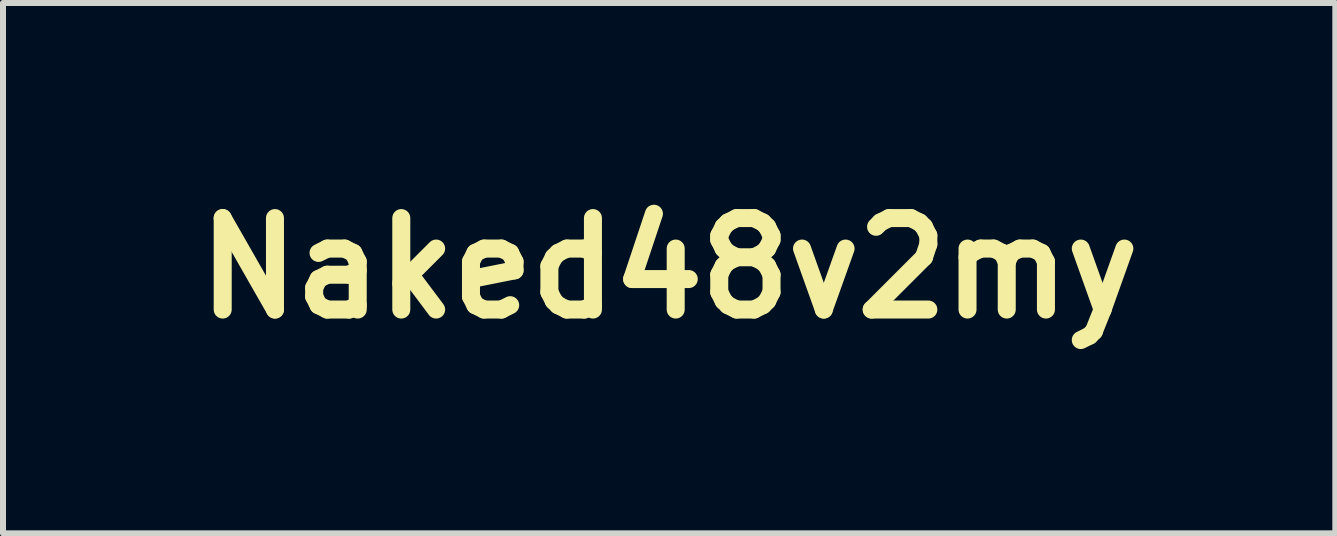
<source format=kicad_pcb>
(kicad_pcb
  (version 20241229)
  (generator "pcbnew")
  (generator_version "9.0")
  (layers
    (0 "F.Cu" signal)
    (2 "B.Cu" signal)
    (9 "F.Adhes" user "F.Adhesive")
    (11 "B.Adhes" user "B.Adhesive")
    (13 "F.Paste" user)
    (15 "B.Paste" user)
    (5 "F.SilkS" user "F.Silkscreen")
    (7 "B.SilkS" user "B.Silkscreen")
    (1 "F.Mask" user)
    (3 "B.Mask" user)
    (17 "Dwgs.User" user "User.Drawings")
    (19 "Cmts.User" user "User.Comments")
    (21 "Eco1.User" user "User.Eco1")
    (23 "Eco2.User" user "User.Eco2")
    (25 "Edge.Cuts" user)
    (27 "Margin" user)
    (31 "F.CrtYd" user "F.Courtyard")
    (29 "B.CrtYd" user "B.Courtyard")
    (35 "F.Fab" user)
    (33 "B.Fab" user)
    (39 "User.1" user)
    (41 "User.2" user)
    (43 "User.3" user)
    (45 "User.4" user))
  (footprint "Naked48v2my"
    (layer "F.Cu")
    (at 8.099 1.418)
    (property "Reference" "Naked48v2my" (at 0 0 0) (layer "F.SilkS") (effects (font (size 1.524 1.524) (thickness 0.3))))
    (attr through_hole)
    (fp_poly (pts (xy -1.445 -0.286) (xy -1.697 -0.286) (xy -1.702 -0.337) (xy -1.708 -0.372) (xy -1.726 -0.387) (xy -1.764 -0.394) (xy -1.766 -0.394) (xy -1.826 -0.399) (xy -1.826 -0.683) (xy -1.445 -0.683) (xy -1.445 -0.286)) (stroke (width 0.01) (type solid)) (fill yes) (layer "F.Mask"))
    (fp_poly (pts (xy -1.47 -0.157) (xy -1.467 -0.126) (xy -1.465 -0.069) (xy -1.463 0.008) (xy -1.461 0.1) (xy -1.461 0.199) (xy -1.46 0.208) (xy -1.46 0.524) (xy -1.714 0.524) (xy -1.714 -0.206) (xy -1.48 -0.206) (xy -1.47 -0.157)) (stroke (width 0.01) (type solid)) (fill yes) (layer "F.Mask"))
    (fp_poly (pts (xy -5.268 0.567) (xy -5.262 0.605) (xy -5.249 0.623) (xy -5.218 0.63) (xy -5.195 0.632) (xy -5.128 0.637) (xy -5.128 0.857) (xy -5.227 0.854) (xy -5.3 0.851) (xy -5.379 0.848) (xy -5.418 0.846) (xy -5.51 0.84) (xy -5.501 0.516) (xy -5.272 0.507) (xy -5.268 0.567)) (stroke (width 0.01) (type solid)) (fill yes) (layer "F.Mask"))
    (fp_poly (pts (xy -7.35 -0.589) (xy -7.351 -0.507) (xy -7.353 -0.432) (xy -7.356 -0.373) (xy -7.36 -0.337) (xy -7.36 -0.335) (xy -7.37 -0.286) (xy -7.842 -0.286) (xy -7.842 -0.572) (xy -7.763 -0.572) (xy -7.71 -0.576) (xy -7.676 -0.593) (xy -7.658 -0.628) (xy -7.652 -0.688) (xy -7.652 -0.713) (xy -7.652 -0.794) (xy -7.35 -0.794) (xy -7.35 -0.589)) (stroke (width 0.01) (type solid)) (fill yes) (layer "F.Mask"))
    (fp_poly (pts (xy -4.572 -0.381) (xy -4.905 -0.381) (xy -4.905 -0.481) (xy -4.905 -0.535) (xy -4.9 -0.565) (xy -4.889 -0.579) (xy -4.869 -0.583) (xy -4.862 -0.584) (xy -4.822 -0.592) (xy -4.801 -0.614) (xy -4.792 -0.657) (xy -4.792 -0.659) (xy -4.787 -0.684) (xy -4.777 -0.699) (xy -4.753 -0.706) (xy -4.709 -0.71) (xy -4.679 -0.711) (xy -4.572 -0.716) (xy -4.572 -0.381)) (stroke (width 0.01) (type solid)) (fill yes) (layer "F.Mask"))
    (fp_poly (pts (xy -4.132 0.664) (xy -3.98 0.669) (xy -3.895 0.743) (xy -3.853 0.783) (xy -3.823 0.816) (xy -3.81 0.837) (xy -3.81 0.837) (xy -3.82 0.847) (xy -3.85 0.853) (xy -3.906 0.856) (xy -3.973 0.857) (xy -4.137 0.857) (xy -4.222 0.77) (xy -4.262 0.728) (xy -4.288 0.693) (xy -4.297 0.673) (xy -4.296 0.672) (xy -4.276 0.667) (xy -4.232 0.664) (xy -4.171 0.663) (xy -4.132 0.664)) (stroke (width 0.01) (type solid)) (fill yes) (layer "F.Mask"))
    (fp_poly (pts (xy 2.169 -0.317) (xy 2.209 -0.312) (xy 2.236 -0.299) (xy 2.25 -0.272) (xy 2.255 -0.228) (xy 2.252 -0.161) (xy 2.245 -0.068) (xy 2.244 -0.058) (xy 2.234 0.064) (xy 1.873 0.064) (xy 1.873 -0.175) (xy 1.919 -0.175) (xy 1.964 -0.184) (xy 1.993 -0.215) (xy 2.01 -0.267) (xy 2.017 -0.296) (xy 2.03 -0.31) (xy 2.057 -0.316) (xy 2.106 -0.317) (xy 2.112 -0.318) (xy 2.169 -0.317)) (stroke (width 0.01) (type solid)) (fill yes) (layer "F.Mask"))
    (fp_poly (pts (xy 2.286 0.229) (xy 2.309 0.293) (xy 2.316 0.335) (xy 2.302 0.359) (xy 2.265 0.372) (xy 2.199 0.377) (xy 2.182 0.378) (xy 2.101 0.378) (xy 2.049 0.37) (xy 2.03 0.362) (xy 2.011 0.337) (xy 1.987 0.293) (xy 1.964 0.242) (xy 1.945 0.194) (xy 1.937 0.161) (xy 1.937 0.16) (xy 1.952 0.151) (xy 1.997 0.146) (xy 2.069 0.143) (xy 2.094 0.143) (xy 2.251 0.143) (xy 2.286 0.229)) (stroke (width 0.01) (type solid)) (fill yes) (layer "F.Mask"))
    (fp_poly (pts (xy -2.688 0.684) (xy -2.694 0.749) (xy -2.7 0.803) (xy -2.705 0.836) (xy -2.708 0.843) (xy -2.726 0.849) (xy -2.768 0.854) (xy -2.822 0.856) (xy -2.881 0.857) (xy -2.935 0.856) (xy -2.974 0.852) (xy -2.99 0.847) (xy -2.995 0.826) (xy -2.999 0.784) (xy -3 0.736) (xy -3 0.681) (xy -2.995 0.651) (xy -2.985 0.638) (xy -2.966 0.635) (xy -2.964 0.635) (xy -2.919 0.623) (xy -2.893 0.59) (xy -2.889 0.568) (xy -2.885 0.553) (xy -2.868 0.544) (xy -2.832 0.54) (xy -2.784 0.54) (xy -2.678 0.54) (xy -2.688 0.684)) (stroke (width 0.01) (type solid)) (fill yes) (layer "F.Mask"))
    (fp_poly (pts (xy 4.112 0.673) (xy 4.111 0.738) (xy 4.108 0.792) (xy 4.103 0.827) (xy 4.102 0.832) (xy 4.091 0.845) (xy 4.066 0.852) (xy 4.021 0.856) (xy 3.954 0.857) (xy 3.89 0.856) (xy 3.84 0.853) (xy 3.809 0.849) (xy 3.805 0.847) (xy 3.799 0.826) (xy 3.795 0.784) (xy 3.794 0.736) (xy 3.795 0.681) (xy 3.799 0.651) (xy 3.81 0.638) (xy 3.829 0.635) (xy 3.831 0.635) (xy 3.876 0.623) (xy 3.902 0.59) (xy 3.905 0.568) (xy 3.909 0.553) (xy 3.927 0.544) (xy 3.964 0.54) (xy 4.008 0.54) (xy 4.112 0.54) (xy 4.112 0.673)) (stroke (width 0.01) (type solid)) (fill yes) (layer "F.Mask"))
    (fp_poly (pts (xy 2.971 -0.312) (xy 2.998 -0.306) (xy 3 -0.303) (xy 2.995 -0.283) (xy 2.98 -0.239) (xy 2.958 -0.177) (xy 2.93 -0.101) (xy 2.911 -0.052) (xy 2.878 0.039) (xy 2.836 0.153) (xy 2.789 0.283) (xy 2.739 0.423) (xy 2.689 0.566) (xy 2.641 0.704) (xy 2.598 0.831) (xy 2.595 0.837) (xy 2.582 0.847) (xy 2.546 0.853) (xy 2.484 0.856) (xy 2.405 0.857) (xy 2.221 0.857) (xy 2.189 0.782) (xy 2.161 0.718) (xy 2.134 0.65) (xy 2.11 0.586) (xy 2.091 0.534) (xy 2.081 0.5) (xy 2.08 0.492) (xy 2.094 0.486) (xy 2.134 0.48) (xy 2.193 0.475) (xy 2.242 0.473) (xy 2.404 0.468) (xy 2.541 0.079) (xy 2.679 -0.31) (xy 2.839 -0.314) (xy 2.917 -0.315) (xy 2.971 -0.312)) (stroke (width 0.01) (type solid)) (fill yes) (layer "F.Mask"))
    (fp_poly (pts (xy -1.841 0.11) (xy -2.036 0.115) (xy -2.23 0.119) (xy -2.23 0.595) (xy -1.46 0.604) (xy -1.46 0.836) (xy -1.725 0.847) (xy -1.881 0.852) (xy -2.024 0.854) (xy -2.151 0.854) (xy -2.256 0.851) (xy -2.335 0.846) (xy -2.336 0.846) (xy -2.396 0.826) (xy -2.431 0.8) (xy -2.443 0.786) (xy -2.452 0.771) (xy -2.459 0.751) (xy -2.464 0.721) (xy -2.467 0.677) (xy -2.47 0.615) (xy -2.471 0.531) (xy -2.473 0.42) (xy -2.473 0.388) (xy -2.475 0.27) (xy -2.475 0.179) (xy -2.475 0.112) (xy -2.473 0.063) (xy -2.469 0.029) (xy -2.464 0.006) (xy -2.456 -0.012) (xy -2.445 -0.028) (xy -2.443 -0.031) (xy -2.413 -0.065) (xy -2.38 -0.091) (xy -2.338 -0.108) (xy -2.281 -0.119) (xy -2.204 -0.125) (xy -2.103 -0.127) (xy -2.073 -0.127) (xy -1.841 -0.127) (xy -1.841 0.11)) (stroke (width 0.01) (type solid)) (fill yes) (layer "F.Mask"))
    (fp_poly (pts (xy -5.58 0.198) (xy -5.755 0.206) (xy -5.929 0.214) (xy -5.934 0.405) (xy -5.935 0.494) (xy -5.933 0.557) (xy -5.921 0.598) (xy -5.896 0.621) (xy -5.854 0.632) (xy -5.79 0.635) (xy -5.728 0.635) (xy -5.572 0.635) (xy -5.572 0.841) (xy -5.79 0.841) (xy -5.882 0.839) (xy -5.957 0.836) (xy -6.012 0.83) (xy -6.04 0.823) (xy -6.076 0.799) (xy -6.108 0.773) (xy -6.12 0.761) (xy -6.129 0.747) (xy -6.135 0.726) (xy -6.14 0.693) (xy -6.142 0.646) (xy -6.143 0.578) (xy -6.144 0.485) (xy -6.144 0.421) (xy -6.143 0.309) (xy -6.142 0.225) (xy -6.139 0.163) (xy -6.135 0.12) (xy -6.129 0.091) (xy -6.121 0.071) (xy -6.118 0.065) (xy -6.09 0.034) (xy -6.052 0.012) (xy -5.999 -0.003) (xy -5.927 -0.012) (xy -5.83 -0.016) (xy -5.778 -0.016) (xy -5.571 -0.016) (xy -5.58 0.198)) (stroke (width 0.01) (type solid)) (fill yes) (layer "F.Mask"))
    (fp_poly (pts (xy -5.413 -0.285) (xy -5.35 -0.281) (xy -5.308 -0.274) (xy -5.281 -0.26) (xy -5.266 -0.239) (xy -5.255 -0.209) (xy -5.255 -0.209) (xy -5.25 -0.174) (xy -5.246 -0.117) (xy -5.242 -0.042) (xy -5.24 0.043) (xy -5.239 0.131) (xy -5.239 0.216) (xy -5.24 0.291) (xy -5.243 0.349) (xy -5.247 0.384) (xy -5.248 0.388) (xy -5.261 0.402) (xy -5.291 0.41) (xy -5.343 0.413) (xy -5.367 0.413) (xy -5.477 0.413) (xy -5.478 0.218) (xy -5.48 0.118) (xy -5.484 0.045) (xy -5.49 -0.004) (xy -5.501 -0.036) (xy -5.516 -0.052) (xy -5.538 -0.059) (xy -5.541 -0.06) (xy -5.61 -0.069) (xy -5.653 -0.078) (xy -5.676 -0.09) (xy -5.683 -0.106) (xy -5.683 -0.11) (xy -5.695 -0.14) (xy -5.708 -0.149) (xy -5.724 -0.169) (xy -5.719 -0.204) (xy -5.697 -0.246) (xy -5.687 -0.258) (xy -5.67 -0.271) (xy -5.644 -0.279) (xy -5.6 -0.284) (xy -5.535 -0.285) (xy -5.502 -0.286) (xy -5.413 -0.285)) (stroke (width 0.01) (type solid)) (fill yes) (layer "F.Mask"))
    (fp_poly (pts (xy -4.599 -0.06) (xy -4.599 0.028) (xy -4.598 0.104) (xy -4.596 0.162) (xy -4.593 0.198) (xy -4.591 0.206) (xy -4.58 0.193) (xy -4.558 0.156) (xy -4.529 0.101) (xy -4.494 0.033) (xy -4.485 0.016) (xy -4.39 -0.175) (xy -4.259 -0.175) (xy -4.194 -0.174) (xy -4.154 -0.171) (xy -4.134 -0.164) (xy -4.128 -0.152) (xy -4.128 -0.147) (xy -4.135 -0.124) (xy -4.155 -0.078) (xy -4.184 -0.015) (xy -4.22 0.058) (xy -4.239 0.095) (xy -4.35 0.309) (xy -4.207 0.452) (xy -4.153 0.508) (xy -4.108 0.557) (xy -4.077 0.594) (xy -4.064 0.614) (xy -4.064 0.615) (xy -4.074 0.625) (xy -4.108 0.632) (xy -4.168 0.635) (xy -4.216 0.635) (xy -4.368 0.635) (xy -4.474 0.539) (xy -4.58 0.444) (xy -4.591 0.512) (xy -4.596 0.559) (xy -4.6 0.626) (xy -4.602 0.701) (xy -4.603 0.726) (xy -4.604 0.873) (xy -4.715 0.873) (xy -4.773 0.872) (xy -4.807 0.868) (xy -4.825 0.859) (xy -4.833 0.841) (xy -4.834 0.837) (xy -4.836 0.814) (xy -4.838 0.762) (xy -4.839 0.686) (xy -4.839 0.59) (xy -4.839 0.478) (xy -4.839 0.354) (xy -4.838 0.238) (xy -4.834 -0.325) (xy -4.596 -0.325) (xy -4.599 -0.06)) (stroke (width 0.01) (type solid)) (fill yes) (layer "F.Mask"))
    (fp_poly (pts (xy -3.027 -0.206) (xy -2.934 -0.203) (xy -2.865 -0.198) (xy -2.815 -0.189) (xy -2.78 -0.175) (xy -2.756 -0.155) (xy -2.738 -0.128) (xy -2.729 -0.108) (xy -2.718 -0.064) (xy -2.71 0.000172) (xy -2.707 0.077) (xy -2.706 0.158) (xy -2.71 0.233) (xy -2.717 0.296) (xy -2.727 0.335) (xy -2.728 0.337) (xy -2.747 0.365) (xy -2.774 0.385) (xy -2.812 0.399) (xy -2.867 0.407) (xy -2.944 0.412) (xy -3.048 0.413) (xy -3.049 0.413) (xy -3.27 0.413) (xy -3.27 0.206) (xy -3.108 0.206) (xy -3.037 0.205) (xy -2.978 0.201) (xy -2.937 0.197) (xy -2.924 0.193) (xy -2.911 0.169) (xy -2.907 0.118) (xy -2.908 0.086) (xy -2.913 -0.008) (xy -3.132 -0.012) (xy -3.35 -0.017) (xy -3.342 0.627) (xy -3.08 0.636) (xy -3.08 0.841) (xy -3.258 0.841) (xy -3.34 0.84) (xy -3.396 0.837) (xy -3.434 0.83) (xy -3.459 0.82) (xy -3.471 0.812) (xy -3.503 0.778) (xy -3.535 0.735) (xy -3.539 0.729) (xy -3.55 0.709) (xy -3.558 0.687) (xy -3.564 0.659) (xy -3.568 0.62) (xy -3.57 0.564) (xy -3.571 0.489) (xy -3.572 0.389) (xy -3.572 0.323) (xy -3.571 0.197) (xy -3.57 0.098) (xy -3.566 0.023) (xy -3.56 -0.034) (xy -3.55 -0.077) (xy -3.537 -0.11) (xy -3.518 -0.138) (xy -3.496 -0.163) (xy -3.455 -0.206) (xy -3.147 -0.206) (xy -3.027 -0.206)) (stroke (width 0.01) (type solid)) (fill yes) (layer "F.Mask"))
    (fp_poly (pts (xy 4.556 -0.119) (xy 4.557 -0.035) (xy 4.559 0.037) (xy 4.562 0.091) (xy 4.566 0.121) (xy 4.568 0.126) (xy 4.582 0.113) (xy 4.607 0.081) (xy 4.635 0.038) (xy 4.684 -0.029) (xy 4.748 -0.102) (xy 4.818 -0.174) (xy 4.887 -0.236) (xy 4.947 -0.28) (xy 4.947 -0.28) (xy 5.019 -0.313) (xy 5.08 -0.318) (xy 5.128 -0.297) (xy 5.159 -0.252) (xy 5.169 -0.203) (xy 5.171 -0.156) (xy 5.163 -0.129) (xy 5.139 -0.107) (xy 5.123 -0.097) (xy 5.087 -0.07) (xy 5.036 -0.024) (xy 4.978 0.033) (xy 4.918 0.095) (xy 4.862 0.155) (xy 4.818 0.208) (xy 4.807 0.222) (xy 4.759 0.296) (xy 4.717 0.375) (xy 4.685 0.451) (xy 4.668 0.514) (xy 4.668 0.514) (xy 4.656 0.562) (xy 4.634 0.584) (xy 4.628 0.587) (xy 4.613 0.593) (xy 4.604 0.607) (xy 4.599 0.635) (xy 4.596 0.683) (xy 4.596 0.754) (xy 4.596 0.913) (xy 4.516 0.917) (xy 4.467 0.917) (xy 4.429 0.913) (xy 4.419 0.909) (xy 4.404 0.886) (xy 4.395 0.849) (xy 4.385 0.814) (xy 4.359 0.799) (xy 4.346 0.797) (xy 4.32 0.791) (xy 4.307 0.777) (xy 4.303 0.745) (xy 4.302 0.713) (xy 4.306 0.659) (xy 4.317 0.632) (xy 4.326 0.627) (xy 4.371 0.611) (xy 4.387 0.601) (xy 4.375 0.594) (xy 4.354 0.591) (xy 4.302 0.585) (xy 4.302 -0.365) (xy 4.556 -0.365) (xy 4.556 -0.119)) (stroke (width 0.01) (type solid)) (fill yes) (layer "F.Mask"))
    (fp_poly (pts (xy 3.65 -0.206) (xy 3.778 -0.205) (xy 3.875 -0.202) (xy 3.945 -0.197) (xy 3.988 -0.191) (xy 4 -0.186) (xy 4.044 -0.151) (xy 4.074 -0.095) (xy 4.093 -0.015) (xy 4.1 0.092) (xy 4.1 0.108) (xy 4.096 0.218) (xy 4.082 0.299) (xy 4.058 0.356) (xy 4.022 0.39) (xy 4.007 0.397) (xy 3.975 0.403) (xy 3.919 0.407) (xy 3.845 0.41) (xy 3.761 0.409) (xy 3.748 0.409) (xy 3.532 0.405) (xy 3.532 0.214) (xy 3.699 0.21) (xy 3.783 0.206) (xy 3.841 0.199) (xy 3.877 0.185) (xy 3.897 0.162) (xy 3.904 0.126) (xy 3.905 0.095) (xy 3.903 0.052) (xy 3.895 0.022) (xy 3.875 0.003) (xy 3.84 -0.009) (xy 3.784 -0.013) (xy 3.703 -0.013) (xy 3.659 -0.012) (xy 3.453 -0.008) (xy 3.448 0.278) (xy 3.447 0.372) (xy 3.447 0.458) (xy 3.448 0.528) (xy 3.45 0.578) (xy 3.453 0.599) (xy 3.459 0.617) (xy 3.473 0.628) (xy 3.501 0.633) (xy 3.55 0.635) (xy 3.588 0.635) (xy 3.715 0.635) (xy 3.715 0.841) (xy 3.541 0.841) (xy 3.464 0.841) (xy 3.412 0.839) (xy 3.376 0.833) (xy 3.351 0.823) (xy 3.327 0.807) (xy 3.317 0.798) (xy 3.288 0.772) (xy 3.266 0.744) (xy 3.249 0.711) (xy 3.237 0.669) (xy 3.23 0.612) (xy 3.225 0.536) (xy 3.223 0.438) (xy 3.223 0.312) (xy 3.223 0.311) (xy 3.223 0.187) (xy 3.225 0.09) (xy 3.229 0.016) (xy 3.235 -0.039) (xy 3.245 -0.081) (xy 3.26 -0.114) (xy 3.279 -0.142) (xy 3.298 -0.163) (xy 3.34 -0.206) (xy 3.65 -0.206)) (stroke (width 0.01) (type solid)) (fill yes) (layer "F.Mask"))
    (fp_poly (pts (xy -6.506 -0.706) (xy -6.438 -0.678) (xy -6.403 -0.648) (xy -6.396 -0.639) (xy -6.391 -0.626) (xy -6.386 -0.607) (xy -6.382 -0.579) (xy -6.379 -0.539) (xy -6.377 -0.485) (xy -6.375 -0.413) (xy -6.373 -0.322) (xy -6.372 -0.208) (xy -6.371 -0.068) (xy -6.37 0.099) (xy -6.369 0.184) (xy -6.365 0.984) (xy -6.536 0.984) (xy -6.707 0.984) (xy -7.088 0.485) (xy -7.172 0.375) (xy -7.25 0.274) (xy -7.32 0.184) (xy -7.381 0.107) (xy -7.429 0.047) (xy -7.462 0.006) (xy -7.479 -0.014) (xy -7.481 -0.015) (xy -7.484 0.000083) (xy -7.487 0.043) (xy -7.489 0.11) (xy -7.491 0.198) (xy -7.492 0.302) (xy -7.493 0.419) (xy -7.493 0.484) (xy -7.493 0.984) (xy -7.827 0.984) (xy -7.823 0.401) (xy -7.818 -0.183) (xy -7.573 -0.191) (xy -7.328 -0.198) (xy -7.315 -0.25) (xy -7.307 -0.277) (xy -7.297 -0.294) (xy -7.283 -0.3) (xy -7.264 -0.293) (xy -7.238 -0.271) (xy -7.202 -0.232) (xy -7.154 -0.174) (xy -7.094 -0.097) (xy -7.018 0.004) (xy -6.944 0.102) (xy -6.755 0.355) (xy -6.747 -0.112) (xy -6.744 -0.232) (xy -6.741 -0.342) (xy -6.738 -0.439) (xy -6.734 -0.518) (xy -6.733 -0.533) (xy -6.488 -0.533) (xy -6.485 -0.524) (xy -6.467 -0.514) (xy -6.458 -0.521) (xy -6.45 -0.547) (xy -6.453 -0.556) (xy -6.471 -0.565) (xy -6.481 -0.558) (xy -6.488 -0.533) (xy -6.733 -0.533) (xy -6.73 -0.574) (xy -6.726 -0.604) (xy -6.725 -0.607) (xy -6.703 -0.632) (xy -6.68 -0.63) (xy -6.668 -0.603) (xy -6.668 -0.595) (xy -6.662 -0.565) (xy -6.652 -0.556) (xy -6.642 -0.57) (xy -6.636 -0.606) (xy -6.636 -0.626) (xy -6.634 -0.67) (xy -6.625 -0.693) (xy -6.601 -0.703) (xy -6.58 -0.708) (xy -6.506 -0.706)) (stroke (width 0.01) (type solid)) (fill yes) (layer "F.Mask"))
    (fp_poly (pts (xy -0.823 -0.773) (xy -0.77 -0.767) (xy -0.725 -0.752) (xy -0.705 -0.731) (xy -0.701 -0.718) (xy -0.689 -0.69) (xy -0.674 -0.683) (xy -0.656 -0.67) (xy -0.651 -0.638) (xy -0.659 -0.598) (xy -0.678 -0.558) (xy -0.682 -0.552) (xy -0.706 -0.529) (xy -0.738 -0.514) (xy -0.789 -0.504) (xy -0.821 -0.5) (xy -0.879 -0.492) (xy -0.925 -0.482) (xy -0.949 -0.473) (xy -0.956 -0.451) (xy -0.962 -0.405) (xy -0.966 -0.341) (xy -0.968 -0.266) (xy -0.969 -0.187) (xy -0.968 -0.111) (xy -0.965 -0.044) (xy -0.96 0.005) (xy -0.953 0.032) (xy -0.93 0.043) (xy -0.885 0.051) (xy -0.827 0.055) (xy -0.765 0.055) (xy -0.708 0.051) (xy -0.665 0.044) (xy -0.648 0.035) (xy -0.637 0.011) (xy -0.627 -0.035) (xy -0.62 -0.091) (xy -0.611 -0.198) (xy -0.472 -0.203) (xy -0.333 -0.208) (xy -0.333 0.064) (xy -0.126 0.064) (xy -0.13 0.194) (xy -0.135 0.325) (xy -0.234 0.33) (xy -0.333 0.335) (xy -0.333 0.984) (xy -0.619 0.984) (xy -0.619 0.336) (xy -0.888 0.331) (xy -0.988 0.328) (xy -1.061 0.326) (xy -1.113 0.322) (xy -1.149 0.316) (xy -1.175 0.308) (xy -1.194 0.297) (xy -1.201 0.292) (xy -1.246 0.259) (xy -1.25 -0.181) (xy -1.252 -0.321) (xy -1.251 -0.434) (xy -1.25 -0.522) (xy -1.246 -0.572) (xy -0.794 -0.572) (xy -0.782 -0.556) (xy -0.778 -0.556) (xy -0.762 -0.568) (xy -0.762 -0.572) (xy -0.774 -0.587) (xy -0.778 -0.587) (xy -0.793 -0.575) (xy -0.794 -0.572) (xy -1.246 -0.572) (xy -1.245 -0.589) (xy -1.238 -0.639) (xy -1.227 -0.674) (xy -1.212 -0.699) (xy -1.193 -0.718) (xy -1.168 -0.733) (xy -1.159 -0.738) (xy -1.116 -0.752) (xy -1.051 -0.763) (xy -0.974 -0.771) (xy -0.895 -0.774) (xy -0.823 -0.773)) (stroke (width 0.01) (type solid)) (fill yes) (layer "F.Mask"))
    (fp_poly (pts (xy 7.343 -0.777) (xy 7.455 -0.775) (xy 7.545 -0.772) (xy 7.61 -0.768) (xy 7.647 -0.764) (xy 7.653 -0.762) (xy 7.68 -0.742) (xy 7.7 -0.715) (xy 7.715 -0.676) (xy 7.724 -0.62) (xy 7.729 -0.542) (xy 7.731 -0.439) (xy 7.731 -0.394) (xy 7.731 -0.296) (xy 7.729 -0.225) (xy 7.726 -0.174) (xy 7.721 -0.137) (xy 7.713 -0.11) (xy 7.701 -0.086) (xy 7.695 -0.076) (xy 7.675 -0.049) (xy 7.637 -0.002) (xy 7.584 0.061) (xy 7.52 0.137) (xy 7.447 0.22) (xy 7.374 0.302) (xy 7.298 0.387) (xy 7.229 0.466) (xy 7.171 0.534) (xy 7.125 0.588) (xy 7.095 0.626) (xy 7.083 0.643) (xy 7.083 0.643) (xy 7.087 0.651) (xy 7.103 0.657) (xy 7.137 0.661) (xy 7.191 0.665) (xy 7.269 0.667) (xy 7.374 0.669) (xy 7.398 0.67) (xy 7.507 0.672) (xy 7.588 0.673) (xy 7.646 0.676) (xy 7.686 0.68) (xy 7.712 0.685) (xy 7.729 0.693) (xy 7.741 0.704) (xy 7.748 0.712) (xy 7.765 0.744) (xy 7.776 0.784) (xy 7.779 0.824) (xy 7.775 0.851) (xy 7.767 0.857) (xy 7.752 0.87) (xy 7.739 0.893) (xy 7.723 0.929) (xy 7.195 0.933) (xy 6.668 0.937) (xy 6.668 0.738) (xy 7.62 0.738) (xy 7.628 0.758) (xy 7.637 0.759) (xy 7.653 0.743) (xy 7.654 0.738) (xy 7.642 0.72) (xy 7.637 0.717) (xy 7.623 0.725) (xy 7.62 0.738) (xy 6.668 0.738) (xy 6.668 0.624) (xy 6.916 0.355) (xy 6.997 0.268) (xy 7.082 0.177) (xy 7.163 0.091) (xy 7.236 0.014) (xy 7.294 -0.047) (xy 7.305 -0.057) (xy 7.445 -0.202) (xy 7.445 -0.345) (xy 7.445 -0.413) (xy 7.442 -0.456) (xy 7.436 -0.48) (xy 7.425 -0.492) (xy 7.41 -0.498) (xy 7.374 -0.503) (xy 7.318 -0.506) (xy 7.249 -0.507) (xy 7.176 -0.507) (xy 7.107 -0.505) (xy 7.049 -0.501) (xy 7.01 -0.496) (xy 7.001 -0.493) (xy 6.988 -0.474) (xy 6.978 -0.434) (xy 6.972 -0.369) (xy 6.969 -0.33) (xy 6.961 -0.183) (xy 6.886 -0.178) (xy 6.84 -0.176) (xy 6.818 -0.181) (xy 6.811 -0.198) (xy 6.81 -0.218) (xy 6.8 -0.268) (xy 6.768 -0.296) (xy 6.728 -0.302) (xy 6.683 -0.302) (xy 6.683 -0.462) (xy 6.686 -0.554) (xy 6.693 -0.621) (xy 6.705 -0.668) (xy 6.709 -0.677) (xy 6.724 -0.706) (xy 6.739 -0.729) (xy 6.758 -0.747) (xy 6.786 -0.759) (xy 6.825 -0.768) (xy 6.881 -0.773) (xy 6.955 -0.776) (xy 7.053 -0.778) (xy 7.178 -0.778) (xy 7.212 -0.778) (xy 7.343 -0.777)) (stroke (width 0.01) (type solid)) (fill yes) (layer "F.Mask"))
    (fp_poly (pts (xy 6.309 -0.793) (xy 6.354 -0.792) (xy 6.385 -0.789) (xy 6.406 -0.784) (xy 6.42 -0.777) (xy 6.429 -0.77) (xy 6.437 -0.763) (xy 6.443 -0.753) (xy 6.448 -0.738) (xy 6.452 -0.715) (xy 6.455 -0.682) (xy 6.457 -0.635) (xy 6.459 -0.573) (xy 6.46 -0.492) (xy 6.46 -0.389) (xy 6.461 -0.263) (xy 6.461 -0.109) (xy 6.461 0.038) (xy 6.461 0.194) (xy 6.46 0.34) (xy 6.459 0.475) (xy 6.458 0.594) (xy 6.457 0.694) (xy 6.455 0.773) (xy 6.453 0.827) (xy 6.451 0.853) (xy 6.451 0.853) (xy 6.43 0.885) (xy 6.408 0.896) (xy 6.374 0.9) (xy 6.314 0.903) (xy 6.233 0.906) (xy 6.138 0.909) (xy 6.032 0.91) (xy 5.923 0.911) (xy 5.816 0.911) (xy 5.716 0.911) (xy 5.656 0.909) (xy 5.567 0.907) (xy 5.504 0.904) (xy 5.462 0.9) (xy 5.437 0.894) (xy 5.421 0.885) (xy 5.411 0.871) (xy 5.41 0.869) (xy 5.405 0.852) (xy 5.401 0.821) (xy 5.397 0.772) (xy 5.394 0.703) (xy 5.391 0.612) (xy 5.389 0.498) (xy 5.387 0.358) (xy 5.386 0.189) (xy 5.386 0.145) (xy 5.618 0.145) (xy 5.619 0.262) (xy 5.62 0.37) (xy 5.623 0.467) (xy 5.626 0.548) (xy 5.631 0.607) (xy 5.636 0.642) (xy 5.639 0.648) (xy 5.661 0.655) (xy 5.709 0.66) (xy 5.775 0.664) (xy 5.854 0.666) (xy 5.937 0.667) (xy 6.02 0.666) (xy 6.096 0.664) (xy 6.157 0.66) (xy 6.198 0.654) (xy 6.208 0.65) (xy 6.217 0.644) (xy 6.224 0.635) (xy 6.229 0.617) (xy 6.233 0.59) (xy 6.235 0.548) (xy 6.237 0.488) (xy 6.237 0.407) (xy 6.237 0.302) (xy 6.237 0.169) (xy 6.237 0.154) (xy 6.236 0.028) (xy 6.235 -0.094) (xy 6.233 -0.206) (xy 6.231 -0.302) (xy 6.228 -0.379) (xy 6.226 -0.429) (xy 6.225 -0.437) (xy 6.215 -0.548) (xy 5.939 -0.552) (xy 5.822 -0.553) (xy 5.735 -0.551) (xy 5.677 -0.547) (xy 5.646 -0.541) (xy 5.642 -0.538) (xy 5.636 -0.518) (xy 5.631 -0.47) (xy 5.627 -0.4) (xy 5.623 -0.31) (xy 5.621 -0.207) (xy 5.619 -0.094) (xy 5.618 0.025) (xy 5.618 0.145) (xy 5.386 0.145) (xy 5.385 0.055) (xy 5.384 -0.123) (xy 5.383 -0.272) (xy 5.383 -0.394) (xy 5.383 -0.493) (xy 5.384 -0.57) (xy 5.386 -0.63) (xy 5.388 -0.673) (xy 5.391 -0.704) (xy 5.395 -0.725) (xy 5.4 -0.739) (xy 5.406 -0.747) (xy 5.409 -0.75) (xy 5.421 -0.758) (xy 5.441 -0.764) (xy 5.472 -0.769) (xy 5.517 -0.774) (xy 5.58 -0.777) (xy 5.665 -0.781) (xy 5.774 -0.784) (xy 5.912 -0.787) (xy 5.918 -0.788) (xy 6.054 -0.791) (xy 6.163 -0.793) (xy 6.246 -0.794) (xy 6.309 -0.793)) (stroke (width 0.01) (type solid)) (fill yes) (layer "F.Mask"))
    (fp_poly (pts (xy 0.572 -0.759) (xy 0.638 -0.758) (xy 1.102 -0.754) (xy 1.138 -0.7) (xy 1.152 -0.678) (xy 1.162 -0.655) (xy 1.168 -0.626) (xy 1.172 -0.584) (xy 1.174 -0.525) (xy 1.175 -0.442) (xy 1.175 -0.386) (xy 1.174 -0.273) (xy 1.17 -0.187) (xy 1.161 -0.121) (xy 1.147 -0.07) (xy 1.127 -0.03) (xy 1.097 0.007) (xy 1.073 0.031) (xy 1.046 0.06) (xy 1.032 0.083) (xy 1.032 0.084) (xy 1.041 0.105) (xy 1.065 0.14) (xy 1.085 0.165) (xy 1.116 0.204) (xy 1.139 0.237) (xy 1.155 0.271) (xy 1.165 0.311) (xy 1.171 0.363) (xy 1.174 0.432) (xy 1.175 0.524) (xy 1.175 0.585) (xy 1.175 0.688) (xy 1.174 0.763) (xy 1.171 0.817) (xy 1.167 0.853) (xy 1.161 0.878) (xy 1.152 0.896) (xy 1.139 0.913) (xy 1.139 0.913) (xy 1.103 0.954) (xy 0.754 0.959) (xy 0.642 0.96) (xy 0.531 0.961) (xy 0.429 0.961) (xy 0.343 0.96) (xy 0.28 0.958) (xy 0.27 0.957) (xy 0.206 0.953) (xy 0.158 0.946) (xy 0.123 0.931) (xy 0.099 0.905) (xy 0.083 0.864) (xy 0.074 0.803) (xy 0.069 0.719) (xy 0.067 0.61) (xy 0.335 0.61) (xy 0.344 0.643) (xy 0.366 0.664) (xy 0.405 0.676) (xy 0.466 0.681) (xy 0.552 0.683) (xy 0.617 0.683) (xy 0.726 0.682) (xy 0.806 0.678) (xy 0.858 0.673) (xy 0.884 0.665) (xy 0.886 0.664) (xy 0.896 0.637) (xy 0.903 0.584) (xy 0.905 0.516) (xy 0.905 0.387) (xy 0.794 0.266) (xy 0.733 0.198) (xy 0.696 0.144) (xy 0.682 0.098) (xy 0.691 0.053) (xy 0.723 0.002) (xy 0.777 -0.061) (xy 0.786 -0.071) (xy 0.889 -0.183) (xy 0.889 -0.312) (xy 0.888 -0.376) (xy 0.885 -0.429) (xy 0.881 -0.463) (xy 0.879 -0.467) (xy 0.872 -0.477) (xy 0.854 -0.483) (xy 0.822 -0.488) (xy 0.771 -0.491) (xy 0.696 -0.492) (xy 0.617 -0.492) (xy 0.364 -0.492) (xy 0.347 -0.448) (xy 0.339 -0.404) (xy 0.338 -0.338) (xy 0.341 -0.294) (xy 0.347 -0.243) (xy 0.355 -0.205) (xy 0.369 -0.173) (xy 0.394 -0.138) (xy 0.435 -0.091) (xy 0.462 -0.061) (xy 0.508 -0.007) (xy 0.544 0.041) (xy 0.567 0.077) (xy 0.572 0.092) (xy 0.565 0.12) (xy 0.543 0.158) (xy 0.503 0.21) (xy 0.443 0.278) (xy 0.427 0.295) (xy 0.389 0.338) (xy 0.365 0.373) (xy 0.352 0.41) (xy 0.345 0.462) (xy 0.341 0.495) (xy 0.335 0.561) (xy 0.335 0.61) (xy 0.067 0.61) (xy 0.067 0.608) (xy 0.066 0.593) (xy 0.065 0.484) (xy 0.066 0.402) (xy 0.07 0.339) (xy 0.08 0.291) (xy 0.097 0.252) (xy 0.121 0.215) (xy 0.154 0.175) (xy 0.169 0.158) (xy 0.225 0.096) (xy 0.17 0.028) (xy 0.136 -0.017) (xy 0.107 -0.058) (xy 0.097 -0.074) (xy 0.091 -0.102) (xy 0.084 -0.154) (xy 0.077 -0.226) (xy 0.072 -0.311) (xy 0.069 -0.368) (xy 0.066 -0.468) (xy 0.064 -0.541) (xy 0.065 -0.594) (xy 0.069 -0.631) (xy 0.076 -0.659) (xy 0.085 -0.678) (xy 0.112 -0.718) (xy 0.14 -0.745) (xy 0.142 -0.746) (xy 0.169 -0.751) (xy 0.227 -0.755) (xy 0.314 -0.758) (xy 0.429 -0.759) (xy 0.572 -0.759)) (stroke (width 0.01) (type solid)) (fill yes) (layer "F.Mask")))
  (gr_rect
    (start -3 -3)
    (end 19.198 5.836)
    (stroke (width 0.1) (type default))
    (fill no)
    (layer "Edge.Cuts")))
</source>
